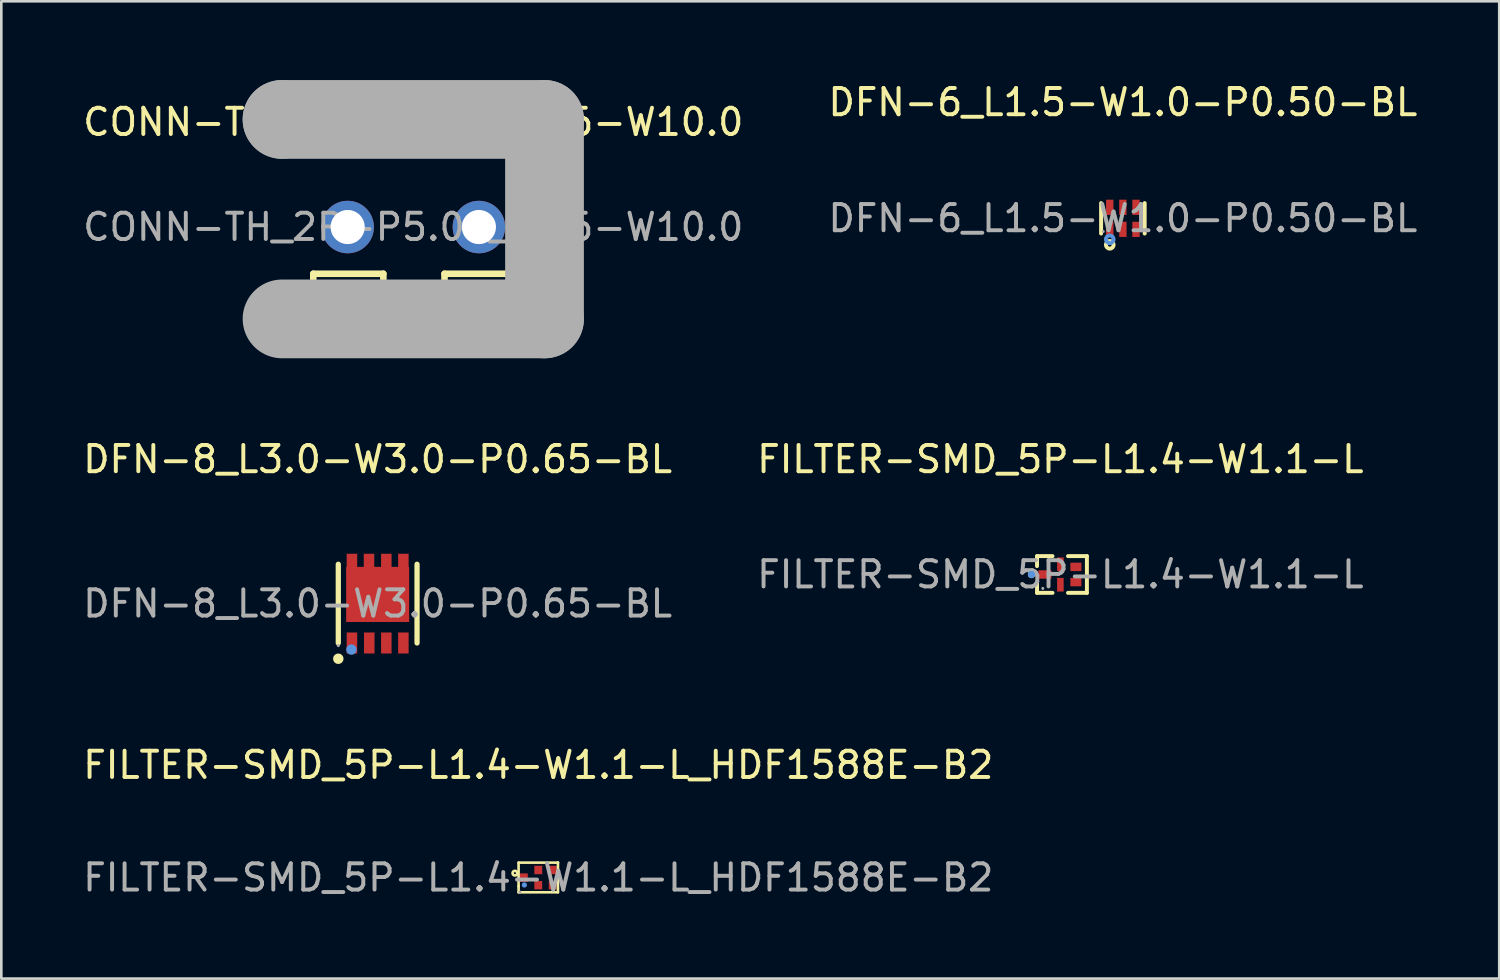
<source format=kicad_pcb>
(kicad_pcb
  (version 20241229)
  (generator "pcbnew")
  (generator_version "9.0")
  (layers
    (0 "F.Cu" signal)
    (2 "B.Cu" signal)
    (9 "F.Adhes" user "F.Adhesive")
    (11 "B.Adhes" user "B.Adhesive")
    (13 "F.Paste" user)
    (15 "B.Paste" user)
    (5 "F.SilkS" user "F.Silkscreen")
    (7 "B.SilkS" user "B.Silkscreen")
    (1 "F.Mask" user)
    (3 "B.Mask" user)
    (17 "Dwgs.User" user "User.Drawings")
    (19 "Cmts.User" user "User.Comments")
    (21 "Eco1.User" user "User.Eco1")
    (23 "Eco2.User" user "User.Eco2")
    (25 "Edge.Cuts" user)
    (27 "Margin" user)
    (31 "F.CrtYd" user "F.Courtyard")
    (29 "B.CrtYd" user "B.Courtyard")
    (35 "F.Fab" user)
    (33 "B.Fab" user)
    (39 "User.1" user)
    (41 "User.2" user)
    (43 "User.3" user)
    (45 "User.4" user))
  (footprint "FILTER-SMD_5P-L1.4-W1.1-L_HDF1588E-B2"
    (layer "F.Cu")
    (at 17.458 30.387)
    (property "Reference" "FILTER-SMD_5P-L1.4-W1.1-L_HDF1588E-B2" (at 0 -4.29 0) (layer "F.SilkS") (effects (font (size 1 1) (thickness 0.15))))
    (attr smd)
    (fp_line (start -0.75 -0.57) (end 0.75 -0.57) (stroke (width 0.1) (type solid)) (layer "F.SilkS"))
    (fp_line (start -0.75 0.33) (end -0.75 -0.57) (stroke (width 0.1) (type solid)) (layer "F.SilkS"))
    (fp_line (start -0.75 0.56) (end -0.75 0.33) (stroke (width 0.1) (type solid)) (layer "F.SilkS"))
    (fp_line (start 0.75 -0.57) (end 0.75 -0.57) (stroke (width 0.1) (type solid)) (layer "F.SilkS"))
    (fp_line (start 0.75 -0.57) (end 0.75 0.56) (stroke (width 0.1) (type solid)) (layer "F.SilkS"))
    (fp_line (start 0.75 0.56) (end -0.75 0.56) (stroke (width 0.1) (type solid)) (layer "F.SilkS"))
    (fp_circle (center -0.89 -0.17) (end -0.85 -0.17) (stroke (width 0.1) (type solid)) (fill no) (layer "F.SilkS"))
    (fp_circle (center -0.53 0.28) (end -0.48 0.28) (stroke (width 0.1) (type solid)) (fill no) (layer "Cmts.User"))
    (fp_circle (center -0.7 0.55) (end -0.67 0.55) (stroke (width 0.06) (type solid)) (fill no) (layer "F.Fab"))
    (fp_text user "${REFERENCE}" (at 0 0 0) (layer "F.Fab") (effects (font (size 1 1) (thickness 0.15))))
    (pad "1" smd rect (at -0.55 0) (size 0.3 0.32) (layers "F.Cu" "F.Mask" "F.Paste"))
    (pad "2" smd rect (at 0 0.29 180) (size 0.3 0.32) (layers "F.Cu" "F.Mask" "F.Paste"))
    (pad "3" smd rect (at 0.55 0.29) (size 0.3 0.32) (layers "F.Cu" "F.Mask" "F.Paste"))
    (pad "4" smd rect (at 0.55 -0.29) (size 0.3 0.32) (layers "F.Cu" "F.Mask" "F.Paste"))
    (pad "5" smd rect (at 0 -0.29 180) (size 0.3 0.32) (layers "F.Cu" "F.Mask" "F.Paste")))
  (footprint "CONN-TH_2P-P5.00_L7.6-W10.0"
    (layer "F.Cu")
    (at 12.696 5.6)
    (property "Reference" "CONN-TH_2P-P5.00_L7.6-W10.0" (at 0 -4 0) (layer "F.SilkS") (effects (font (size 1 1) (thickness 0.15))))
    (attr through_hole)
    (fp_line (start -3.81 1.78) (end -1.14 1.78) (stroke (width 0.25) (type solid)) (layer "F.SilkS"))
    (fp_line (start -3.81 3.3) (end -3.81 1.78) (stroke (width 0.25) (type solid)) (layer "F.SilkS"))
    (fp_line (start -1.14 1.78) (end -1.14 3.3) (stroke (width 0.25) (type solid)) (layer "F.SilkS"))
    (fp_line (start 1.19 1.78) (end 3.86 1.78) (stroke (width 0.25) (type solid)) (layer "F.SilkS"))
    (fp_line (start 1.19 3.3) (end 1.19 1.78) (stroke (width 0.25) (type solid)) (layer "F.SilkS"))
    (fp_line (start 3.86 1.78) (end 3.86 3.3) (stroke (width 0.25) (type solid)) (layer "F.SilkS"))
    (fp_line (start -5 -4.1) (end -5 -4.1) (stroke (width 3) (type solid)) (layer "F.Fab"))
    (fp_line (start -5 -4.1) (end 5 -4.1) (stroke (width 3) (type solid)) (layer "F.Fab"))
    (fp_line (start 5 -4.1) (end 5 3.5) (stroke (width 3) (type solid)) (layer "F.Fab"))
    (fp_line (start 5 3.5) (end -5 3.5) (stroke (width 3) (type solid)) (layer "F.Fab"))
    (fp_circle (center -5 3.5) (end -4.97 3.5) (stroke (width 0.06) (type solid)) (fill no) (layer "F.Fab"))
    (fp_text user "${REFERENCE}" (at 0 0 0) (layer "F.Fab") (effects (font (size 1 1) (thickness 0.15))))
    (pad "1" thru_hole circle (at -2.5 0) (size 2 2) (drill 1.3) (layers "*.Cu" "*.Mask"))
    (pad "2" thru_hole circle (at 2.5 0) (size 2 2) (drill 1.3) (layers "*.Cu" "*.Mask")))
  (footprint "FILTER-SMD_5P-L1.4-W1.1-L"
    (layer "F.Cu")
    (at 37.351 18.838)
    (property "Reference" "FILTER-SMD_5P-L1.4-W1.1-L" (at 0 -4.39 0) (layer "F.SilkS") (effects (font (size 1 1) (thickness 0.15))))
    (attr smd)
    (fp_line (start -0.89 -0.7) (end -0.3 -0.7) (stroke (width 0.15) (type solid)) (layer "F.SilkS"))
    (fp_line (start -0.89 -0.32) (end -0.89 -0.7) (stroke (width 0.15) (type solid)) (layer "F.SilkS"))
    (fp_line (start -0.89 0.7) (end -0.89 0.32) (stroke (width 0.15) (type solid)) (layer "F.SilkS"))
    (fp_line (start -0.3 0.7) (end -0.89 0.7) (stroke (width 0.15) (type solid)) (layer "F.SilkS"))
    (fp_line (start 0.29 -0.7) (end 1.01 -0.7) (stroke (width 0.15) (type solid)) (layer "F.SilkS"))
    (fp_line (start 1.01 -0.7) (end 1.01 0.7) (stroke (width 0.15) (type solid)) (layer "F.SilkS"))
    (fp_line (start 1.01 0.7) (end 0.29 0.7) (stroke (width 0.15) (type solid)) (layer "F.SilkS"))
    (fp_circle (center -1.1 0) (end -1.03 0) (stroke (width 0.14) (type solid)) (fill no) (layer "F.SilkS"))
    (fp_circle (center -1.1 0) (end -1.03 0) (stroke (width 0.14) (type solid)) (fill no) (layer "Cmts.User"))
    (fp_circle (center -0.67 0.53) (end -0.64 0.53) (stroke (width 0.06) (type solid)) (fill no) (layer "F.Fab"))
    (fp_text user "${REFERENCE}" (at 0 0 0) (layer "F.Fab") (effects (font (size 1 1) (thickness 0.15))))
    (pad "1" smd rect (at -0.59 0 180) (size 0.5 0.32) (layers "F.Cu" "F.Mask" "F.Paste"))
    (pad "2" smd rect (at 0 0.39) (size 0.25 0.52) (layers "F.Cu" "F.Mask" "F.Paste"))
    (pad "3" smd rect (at 0.59 0.29 270) (size 0.32 0.42) (layers "F.Cu" "F.Mask" "F.Paste"))
    (pad "4" smd rect (at 0.59 -0.29 270) (size 0.32 0.42) (layers "F.Cu" "F.Mask" "F.Paste"))
    (pad "5" smd rect (at 0 -0.39) (size 0.25 0.52) (layers "F.Cu" "F.Mask" "F.Paste")))
  (footprint "DFN-6_L1.5-W1.0-P0.50-BL"
    (layer "F.Cu")
    (at 39.732 5.268)
    (property "Reference" "DFN-6_L1.5-W1.0-P0.50-BL" (at 0 -4.42 0) (layer "F.SilkS") (effects (font (size 1 1) (thickness 0.15))))
    (attr smd)
    (fp_line (start -0.83 0.58) (end -0.83 -0.58) (stroke (width 0.15) (type solid)) (layer "F.SilkS"))
    (fp_line (start 0.83 0.58) (end 0.83 -0.58) (stroke (width 0.15) (type solid)) (layer "F.SilkS"))
    (fp_circle (center -0.5 1.01) (end -0.43 1.01) (stroke (width 0.15) (type solid)) (fill no) (layer "F.SilkS"))
    (fp_circle (center -0.5 0.8) (end -0.43 0.8) (stroke (width 0.15) (type solid)) (fill no) (layer "Cmts.User"))
    (fp_circle (center -0.75 0.5) (end -0.72 0.5) (stroke (width 0.06) (type solid)) (fill no) (layer "F.Fab"))
    (fp_text user "${REFERENCE}" (at 0 0 0) (layer "F.Fab") (effects (font (size 1 1) (thickness 0.15))))
    (pad "1" smd rect (at -0.5 0.42) (size 0.28 0.58) (layers "F.Cu" "F.Mask" "F.Paste"))
    (pad "2" smd rect (at 0 0.42) (size 0.28 0.58) (layers "F.Cu" "F.Mask" "F.Paste"))
    (pad "3" smd rect (at 0.5 0.42) (size 0.28 0.58) (layers "F.Cu" "F.Mask" "F.Paste"))
    (pad "4" smd rect (at 0.5 -0.42) (size 0.28 0.58) (layers "F.Cu" "F.Mask" "F.Paste"))
    (pad "5" smd rect (at 0 -0.42) (size 0.28 0.58) (layers "F.Cu" "F.Mask" "F.Paste"))
    (pad "6" smd rect (at -0.5 -0.42) (size 0.28 0.58) (layers "F.Cu" "F.Mask" "F.Paste")))
  (footprint "DFN-8_L3.0-W3.0-P0.65-BL"
    (layer "F.Cu")
    (at 11.339 19.948)
    (property "Reference" "DFN-8_L3.0-W3.0-P0.65-BL" (at 0 -5.5 0) (layer "F.SilkS") (effects (font (size 1 1) (thickness 0.15))))
    (attr smd)
    (fp_line (start -1.5 -1.5) (end -1.5 1.5) (stroke (width 0.2) (type solid)) (layer "F.SilkS"))
    (fp_line (start 1.5 -1.5) (end 1.5 1.5) (stroke (width 0.2) (type solid)) (layer "F.SilkS"))
    (fp_circle (center -1.5 2.1) (end -1.4 2.1) (stroke (width 0.2) (type solid)) (fill no) (layer "F.SilkS"))
    (fp_circle (center -1 1.75) (end -0.9 1.75) (stroke (width 0.2) (type solid)) (fill no) (layer "Cmts.User"))
    (fp_circle (center -1.5 1.6) (end -1.47 1.6) (stroke (width 0.06) (type solid)) (fill no) (layer "F.Fab"))
    (fp_text user "${REFERENCE}" (at 0 0 0) (layer "F.Fab") (effects (font (size 1 1) (thickness 0.15))))
    (pad "1" smd rect (at -0.98 1.5 180) (size 0.4 0.8) (layers "F.Cu" "F.Mask" "F.Paste"))
    (pad "2" smd rect (at -0.32 1.5 180) (size 0.4 0.8) (layers "F.Cu" "F.Mask" "F.Paste"))
    (pad "3" smd rect (at 0.33 1.5 180) (size 0.4 0.8) (layers "F.Cu" "F.Mask" "F.Paste"))
    (pad "4" smd rect (at 0.98 1.5 180) (size 0.4 0.8) (layers "F.Cu" "F.Mask" "F.Paste"))
    (pad "5" smd rect (at 0.98 -1.5 180) (size 0.4 0.8) (layers "F.Cu" "F.Mask" "F.Paste"))
    (pad "6" smd rect (at 0.33 -1.5 180) (size 0.4 0.8) (layers "F.Cu" "F.Mask" "F.Paste"))
    (pad "7" smd rect (at -0.33 -1.5 180) (size 0.4 0.8) (layers "F.Cu" "F.Mask" "F.Paste"))
    (pad "8" smd rect (at -0.98 -1.5 180) (size 0.4 0.8) (layers "F.Cu" "F.Mask" "F.Paste"))
    (pad "9" smd rect (at 0 -0.35) (size 2.4 2.1) (layers "F.Cu" "F.Mask" "F.Paste")))
  (gr_rect
    (start -3 -3)
    (end 54.071 34.235)
    (stroke (width 0.1) (type default))
    (fill no)
    (layer "Edge.Cuts")))
</source>
